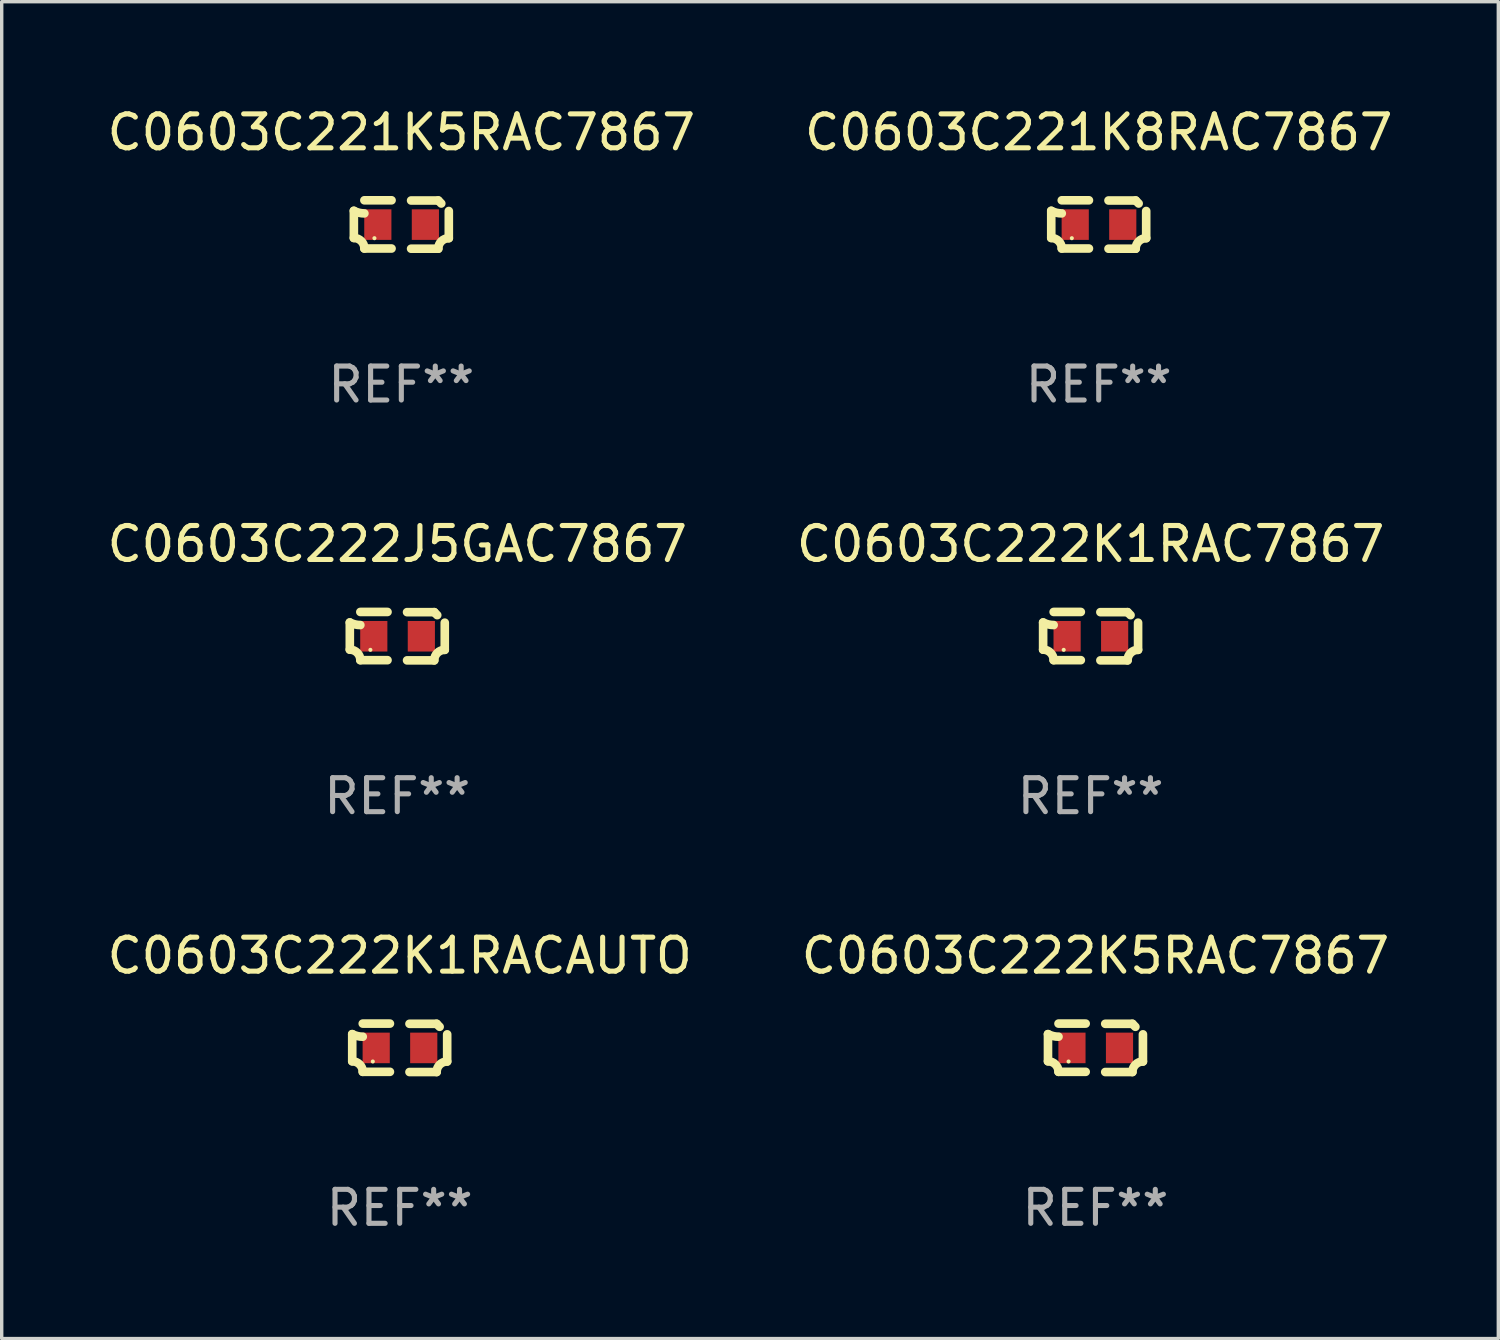
<source format=kicad_pcb>
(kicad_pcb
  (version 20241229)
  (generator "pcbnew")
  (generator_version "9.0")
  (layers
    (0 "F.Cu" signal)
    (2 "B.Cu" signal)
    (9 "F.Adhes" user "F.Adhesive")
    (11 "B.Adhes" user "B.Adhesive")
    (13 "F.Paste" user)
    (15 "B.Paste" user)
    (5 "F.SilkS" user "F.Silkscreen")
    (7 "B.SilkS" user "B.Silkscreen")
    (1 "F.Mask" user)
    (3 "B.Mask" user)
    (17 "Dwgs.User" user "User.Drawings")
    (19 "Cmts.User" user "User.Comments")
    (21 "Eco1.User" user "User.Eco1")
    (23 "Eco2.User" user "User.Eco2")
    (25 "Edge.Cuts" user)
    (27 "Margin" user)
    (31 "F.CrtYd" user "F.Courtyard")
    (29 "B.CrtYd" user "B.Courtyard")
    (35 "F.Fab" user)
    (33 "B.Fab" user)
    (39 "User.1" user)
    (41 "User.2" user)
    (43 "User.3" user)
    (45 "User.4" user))
  (footprint "C0603C221K5RAC7867"
    (layer "F.Cu")
    (at 8.768 3.561)
    (property "Reference" "C0603C221K5RAC7867" (at 0 -2.713 0) (layer "F.SilkS") (effects (font (size 1 1) (thickness 0.15))))
    (attr through_hole)
    (fp_line (start -1.398 -0.403) (end -1.398 0.397) (stroke (width 0.254) (type solid)) (layer "F.SilkS"))
    (fp_line (start -0.288 -0.713) (end -1.088 -0.713) (stroke (width 0.254) (type solid)) (layer "F.SilkS"))
    (fp_line (start -0.288 0.707) (end -1.088 0.707) (stroke (width 0.254) (type solid)) (layer "F.SilkS"))
    (fp_line (start 0.288 -0.707) (end 1.088 -0.707) (stroke (width 0.254) (type solid)) (layer "F.SilkS"))
    (fp_line (start 0.288 0.713) (end 1.088 0.713) (stroke (width 0.254) (type solid)) (layer "F.SilkS"))
    (fp_line (start 1.398 -0.397) (end 1.398 0.403) (stroke (width 0.254) (type solid)) (layer "F.SilkS"))
    (fp_arc (start -1.397789 0.397066) (mid -1.178701 0.487826) (end -1.08796 0.706922) (stroke (width 0.254001) (type solid)) (layer "F.SilkS"))
    (fp_arc (start -1.08796 -0.327176) (mid -1.247436 -0.346384) (end -1.39779 -0.402908) (stroke (width 0.254001) (type solid)) (layer "F.SilkS"))
    (fp_arc (start 1.087909 0.712738) (mid 1.178656 0.493655) (end 1.397739 0.402908) (stroke (width 0.254001) (type solid)) (layer "F.SilkS"))
    (fp_arc (start 1.175925 -0.618926) (mid 1.131917 -0.662923) (end 1.08791 -0.706922) (stroke (width 0.254001) (type solid)) (layer "F.SilkS"))
    (fp_circle (center -0.792 0.403) (end -0.762 0.403) (stroke (width 0.06) (type solid)) (fill no) (layer "F.SilkS"))
    (fp_text user "REF**" (at 0 4.713 0) (layer "F.Fab") (effects (font (size 1 1) (thickness 0.15))))
    (pad "1" smd rect (at -0.692 0.003) (size 0.8 0.9) (layers "F.Cu" "F.Mask" "F.Paste"))
    (pad "2" smd rect (at 0.708 0.003) (size 0.8 0.9) (layers "F.Cu" "F.Mask" "F.Paste")))
  (footprint "C0603C222K5RAC7867"
    (layer "F.Cu")
    (at 29.208 27.805)
    (property "Reference" "C0603C222K5RAC7867" (at 0 -2.713 0) (layer "F.SilkS") (effects (font (size 1 1) (thickness 0.15))))
    (attr through_hole)
    (fp_line (start -1.398 -0.403) (end -1.398 0.397) (stroke (width 0.254) (type solid)) (layer "F.SilkS"))
    (fp_line (start -0.288 -0.713) (end -1.088 -0.713) (stroke (width 0.254) (type solid)) (layer "F.SilkS"))
    (fp_line (start -0.288 0.707) (end -1.088 0.707) (stroke (width 0.254) (type solid)) (layer "F.SilkS"))
    (fp_line (start 0.288 -0.707) (end 1.088 -0.707) (stroke (width 0.254) (type solid)) (layer "F.SilkS"))
    (fp_line (start 0.288 0.713) (end 1.088 0.713) (stroke (width 0.254) (type solid)) (layer "F.SilkS"))
    (fp_line (start 1.398 -0.397) (end 1.398 0.403) (stroke (width 0.254) (type solid)) (layer "F.SilkS"))
    (fp_arc (start -1.397789 0.397066) (mid -1.178701 0.487826) (end -1.08796 0.706922) (stroke (width 0.254001) (type solid)) (layer "F.SilkS"))
    (fp_arc (start -1.08796 -0.327176) (mid -1.247436 -0.346384) (end -1.39779 -0.402908) (stroke (width 0.254001) (type solid)) (layer "F.SilkS"))
    (fp_arc (start 1.087909 0.712738) (mid 1.178656 0.493655) (end 1.397739 0.402908) (stroke (width 0.254001) (type solid)) (layer "F.SilkS"))
    (fp_arc (start 1.175925 -0.618926) (mid 1.131917 -0.662923) (end 1.08791 -0.706922) (stroke (width 0.254001) (type solid)) (layer "F.SilkS"))
    (fp_circle (center -0.792 0.403) (end -0.762 0.403) (stroke (width 0.06) (type solid)) (fill no) (layer "F.SilkS"))
    (fp_text user "REF**" (at 0 4.713 0) (layer "F.Fab") (effects (font (size 1 1) (thickness 0.15))))
    (pad "1" smd rect (at -0.692 0.003) (size 0.8 0.9) (layers "F.Cu" "F.Mask" "F.Paste"))
    (pad "2" smd rect (at 0.708 0.003) (size 0.8 0.9) (layers "F.Cu" "F.Mask" "F.Paste")))
  (footprint "C0603C222K1RAC7867"
    (layer "F.Cu")
    (at 29.065 15.683)
    (property "Reference" "C0603C222K1RAC7867" (at 0 -2.713 0) (layer "F.SilkS") (effects (font (size 1 1) (thickness 0.15))))
    (attr through_hole)
    (fp_line (start -1.398 -0.403) (end -1.398 0.397) (stroke (width 0.254) (type solid)) (layer "F.SilkS"))
    (fp_line (start -0.288 -0.713) (end -1.088 -0.713) (stroke (width 0.254) (type solid)) (layer "F.SilkS"))
    (fp_line (start -0.288 0.707) (end -1.088 0.707) (stroke (width 0.254) (type solid)) (layer "F.SilkS"))
    (fp_line (start 0.288 -0.707) (end 1.088 -0.707) (stroke (width 0.254) (type solid)) (layer "F.SilkS"))
    (fp_line (start 0.288 0.713) (end 1.088 0.713) (stroke (width 0.254) (type solid)) (layer "F.SilkS"))
    (fp_line (start 1.398 -0.397) (end 1.398 0.403) (stroke (width 0.254) (type solid)) (layer "F.SilkS"))
    (fp_arc (start -1.397789 0.397066) (mid -1.178701 0.487826) (end -1.08796 0.706922) (stroke (width 0.254001) (type solid)) (layer "F.SilkS"))
    (fp_arc (start -1.08796 -0.327176) (mid -1.247436 -0.346384) (end -1.39779 -0.402908) (stroke (width 0.254001) (type solid)) (layer "F.SilkS"))
    (fp_arc (start 1.087909 0.712738) (mid 1.178656 0.493655) (end 1.397739 0.402908) (stroke (width 0.254001) (type solid)) (layer "F.SilkS"))
    (fp_arc (start 1.175925 -0.618926) (mid 1.131917 -0.662923) (end 1.08791 -0.706922) (stroke (width 0.254001) (type solid)) (layer "F.SilkS"))
    (fp_circle (center -0.792 0.403) (end -0.762 0.403) (stroke (width 0.06) (type solid)) (fill no) (layer "F.SilkS"))
    (fp_text user "REF**" (at 0 4.713 0) (layer "F.Fab") (effects (font (size 1 1) (thickness 0.15))))
    (pad "1" smd rect (at -0.692 0.003) (size 0.8 0.9) (layers "F.Cu" "F.Mask" "F.Paste"))
    (pad "2" smd rect (at 0.708 0.003) (size 0.8 0.9) (layers "F.Cu" "F.Mask" "F.Paste")))
  (footprint "C0603C222K1RACAUTO"
    (layer "F.Cu")
    (at 8.72 27.805)
    (property "Reference" "C0603C222K1RACAUTO" (at 0 -2.713 0) (layer "F.SilkS") (effects (font (size 1 1) (thickness 0.15))))
    (attr through_hole)
    (fp_line (start -1.398 -0.403) (end -1.398 0.397) (stroke (width 0.254) (type solid)) (layer "F.SilkS"))
    (fp_line (start -0.288 -0.713) (end -1.088 -0.713) (stroke (width 0.254) (type solid)) (layer "F.SilkS"))
    (fp_line (start -0.288 0.707) (end -1.088 0.707) (stroke (width 0.254) (type solid)) (layer "F.SilkS"))
    (fp_line (start 0.288 -0.707) (end 1.088 -0.707) (stroke (width 0.254) (type solid)) (layer "F.SilkS"))
    (fp_line (start 0.288 0.713) (end 1.088 0.713) (stroke (width 0.254) (type solid)) (layer "F.SilkS"))
    (fp_line (start 1.398 -0.397) (end 1.398 0.403) (stroke (width 0.254) (type solid)) (layer "F.SilkS"))
    (fp_arc (start -1.397789 0.397066) (mid -1.178701 0.487826) (end -1.08796 0.706922) (stroke (width 0.254001) (type solid)) (layer "F.SilkS"))
    (fp_arc (start -1.08796 -0.327176) (mid -1.247436 -0.346384) (end -1.39779 -0.402908) (stroke (width 0.254001) (type solid)) (layer "F.SilkS"))
    (fp_arc (start 1.087909 0.712738) (mid 1.178656 0.493655) (end 1.397739 0.402908) (stroke (width 0.254001) (type solid)) (layer "F.SilkS"))
    (fp_arc (start 1.175925 -0.618926) (mid 1.131917 -0.662923) (end 1.08791 -0.706922) (stroke (width 0.254001) (type solid)) (layer "F.SilkS"))
    (fp_circle (center -0.792 0.403) (end -0.762 0.403) (stroke (width 0.06) (type solid)) (fill no) (layer "F.SilkS"))
    (fp_text user "REF**" (at 0 4.713 0) (layer "F.Fab") (effects (font (size 1 1) (thickness 0.15))))
    (pad "1" smd rect (at -0.692 0.003) (size 0.8 0.9) (layers "F.Cu" "F.Mask" "F.Paste"))
    (pad "2" smd rect (at 0.708 0.003) (size 0.8 0.9) (layers "F.Cu" "F.Mask" "F.Paste")))
  (footprint "C0603C222J5GAC7867"
    (layer "F.Cu")
    (at 8.649 15.683)
    (property "Reference" "C0603C222J5GAC7867" (at 0 -2.713 0) (layer "F.SilkS") (effects (font (size 1 1) (thickness 0.15))))
    (attr through_hole)
    (fp_line (start -1.398 -0.403) (end -1.398 0.397) (stroke (width 0.254) (type solid)) (layer "F.SilkS"))
    (fp_line (start -0.288 -0.713) (end -1.088 -0.713) (stroke (width 0.254) (type solid)) (layer "F.SilkS"))
    (fp_line (start -0.288 0.707) (end -1.088 0.707) (stroke (width 0.254) (type solid)) (layer "F.SilkS"))
    (fp_line (start 0.288 -0.707) (end 1.088 -0.707) (stroke (width 0.254) (type solid)) (layer "F.SilkS"))
    (fp_line (start 0.288 0.713) (end 1.088 0.713) (stroke (width 0.254) (type solid)) (layer "F.SilkS"))
    (fp_line (start 1.398 -0.397) (end 1.398 0.403) (stroke (width 0.254) (type solid)) (layer "F.SilkS"))
    (fp_arc (start -1.397789 0.397066) (mid -1.178701 0.487826) (end -1.08796 0.706922) (stroke (width 0.254001) (type solid)) (layer "F.SilkS"))
    (fp_arc (start -1.08796 -0.327176) (mid -1.247436 -0.346384) (end -1.39779 -0.402908) (stroke (width 0.254001) (type solid)) (layer "F.SilkS"))
    (fp_arc (start 1.087909 0.712738) (mid 1.178656 0.493655) (end 1.397739 0.402908) (stroke (width 0.254001) (type solid)) (layer "F.SilkS"))
    (fp_arc (start 1.175925 -0.618926) (mid 1.131917 -0.662923) (end 1.08791 -0.706922) (stroke (width 0.254001) (type solid)) (layer "F.SilkS"))
    (fp_circle (center -0.792 0.403) (end -0.762 0.403) (stroke (width 0.06) (type solid)) (fill no) (layer "F.SilkS"))
    (fp_text user "REF**" (at 0 4.713 0) (layer "F.Fab") (effects (font (size 1 1) (thickness 0.15))))
    (pad "1" smd rect (at -0.692 0.003) (size 0.8 0.9) (layers "F.Cu" "F.Mask" "F.Paste"))
    (pad "2" smd rect (at 0.708 0.003) (size 0.8 0.9) (layers "F.Cu" "F.Mask" "F.Paste")))
  (footprint "C0603C221K8RAC7867"
    (layer "F.Cu")
    (at 29.304 3.561)
    (property "Reference" "C0603C221K8RAC7867" (at 0 -2.713 0) (layer "F.SilkS") (effects (font (size 1 1) (thickness 0.15))))
    (attr through_hole)
    (fp_line (start -1.398 -0.403) (end -1.398 0.397) (stroke (width 0.254) (type solid)) (layer "F.SilkS"))
    (fp_line (start -0.288 -0.713) (end -1.088 -0.713) (stroke (width 0.254) (type solid)) (layer "F.SilkS"))
    (fp_line (start -0.288 0.707) (end -1.088 0.707) (stroke (width 0.254) (type solid)) (layer "F.SilkS"))
    (fp_line (start 0.288 -0.707) (end 1.088 -0.707) (stroke (width 0.254) (type solid)) (layer "F.SilkS"))
    (fp_line (start 0.288 0.713) (end 1.088 0.713) (stroke (width 0.254) (type solid)) (layer "F.SilkS"))
    (fp_line (start 1.398 -0.397) (end 1.398 0.403) (stroke (width 0.254) (type solid)) (layer "F.SilkS"))
    (fp_arc (start -1.397789 0.397066) (mid -1.178701 0.487826) (end -1.08796 0.706922) (stroke (width 0.254001) (type solid)) (layer "F.SilkS"))
    (fp_arc (start -1.08796 -0.327176) (mid -1.247436 -0.346384) (end -1.39779 -0.402908) (stroke (width 0.254001) (type solid)) (layer "F.SilkS"))
    (fp_arc (start 1.087909 0.712738) (mid 1.178656 0.493655) (end 1.397739 0.402908) (stroke (width 0.254001) (type solid)) (layer "F.SilkS"))
    (fp_arc (start 1.175925 -0.618926) (mid 1.131917 -0.662923) (end 1.08791 -0.706922) (stroke (width 0.254001) (type solid)) (layer "F.SilkS"))
    (fp_circle (center -0.792 0.403) (end -0.762 0.403) (stroke (width 0.06) (type solid)) (fill no) (layer "F.SilkS"))
    (fp_text user "REF**" (at 0 4.713 0) (layer "F.Fab") (effects (font (size 1 1) (thickness 0.15))))
    (pad "1" smd rect (at -0.692 0.003) (size 0.8 0.9) (layers "F.Cu" "F.Mask" "F.Paste"))
    (pad "2" smd rect (at 0.708 0.003) (size 0.8 0.9) (layers "F.Cu" "F.Mask" "F.Paste")))
  (gr_rect
    (start -3 -3)
    (end 41.071 36.366)
    (stroke (width 0.1) (type default))
    (fill no)
    (layer "Edge.Cuts")))
</source>
